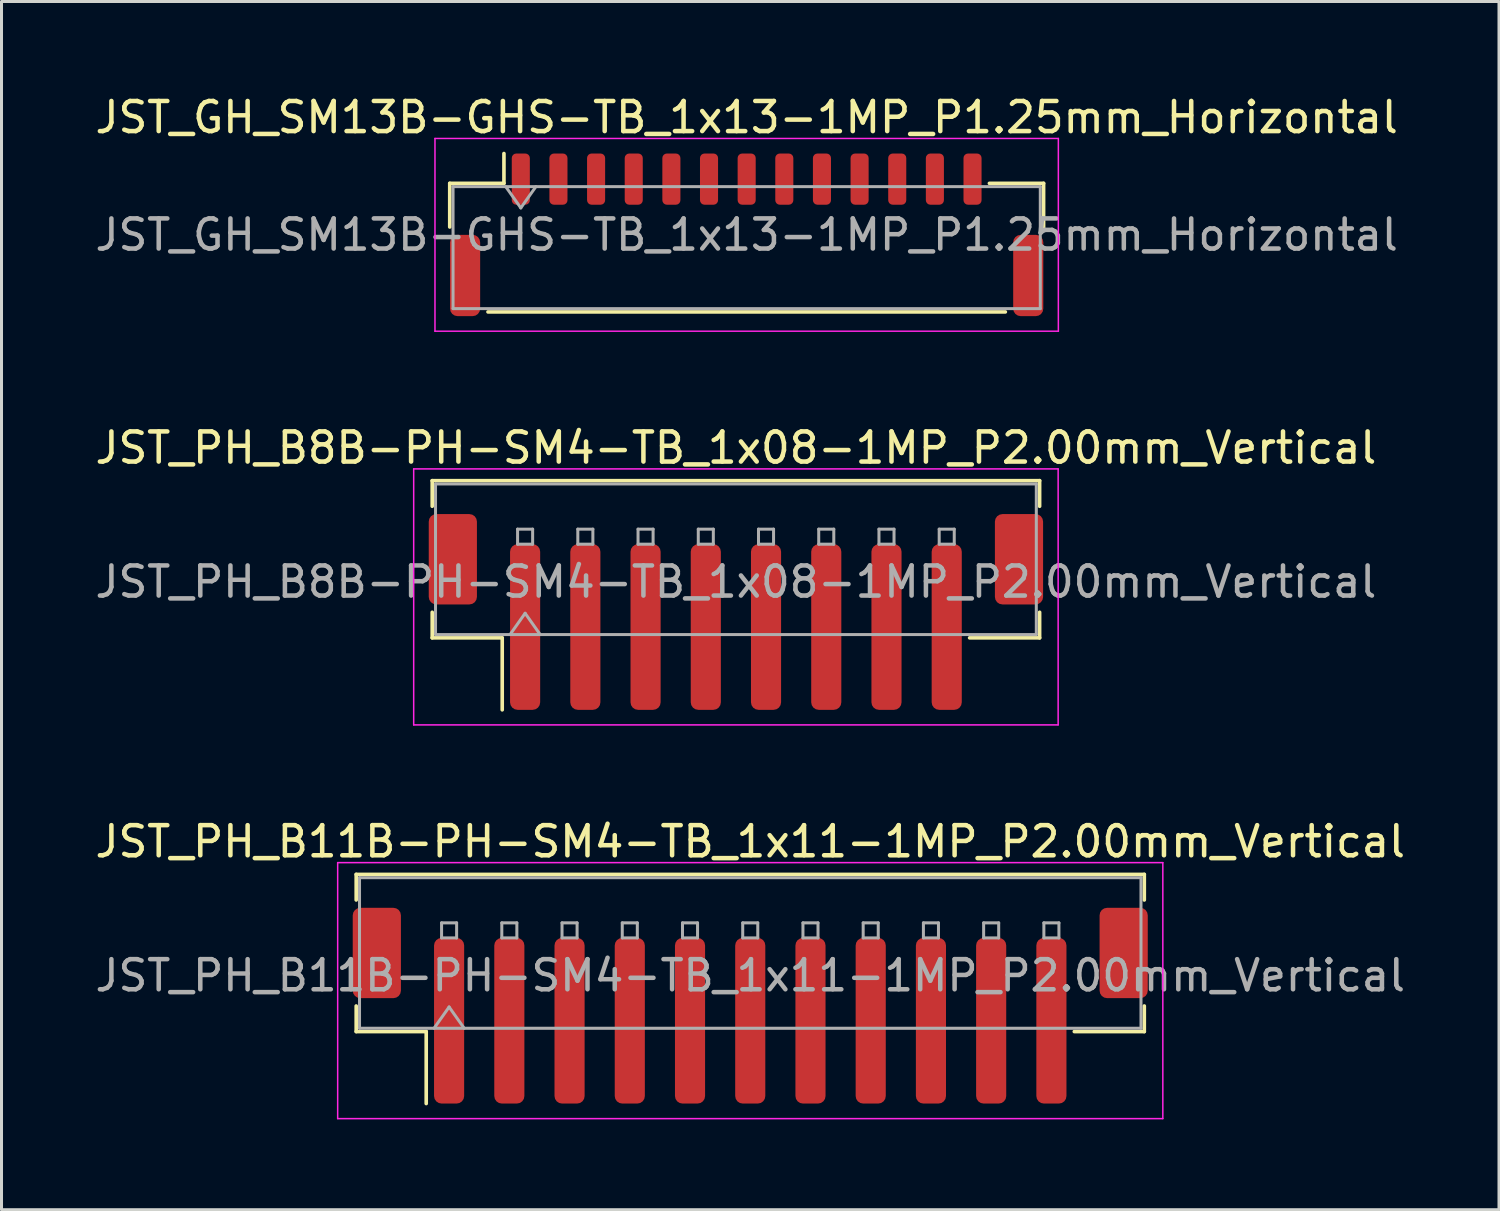
<source format=kicad_pcb>
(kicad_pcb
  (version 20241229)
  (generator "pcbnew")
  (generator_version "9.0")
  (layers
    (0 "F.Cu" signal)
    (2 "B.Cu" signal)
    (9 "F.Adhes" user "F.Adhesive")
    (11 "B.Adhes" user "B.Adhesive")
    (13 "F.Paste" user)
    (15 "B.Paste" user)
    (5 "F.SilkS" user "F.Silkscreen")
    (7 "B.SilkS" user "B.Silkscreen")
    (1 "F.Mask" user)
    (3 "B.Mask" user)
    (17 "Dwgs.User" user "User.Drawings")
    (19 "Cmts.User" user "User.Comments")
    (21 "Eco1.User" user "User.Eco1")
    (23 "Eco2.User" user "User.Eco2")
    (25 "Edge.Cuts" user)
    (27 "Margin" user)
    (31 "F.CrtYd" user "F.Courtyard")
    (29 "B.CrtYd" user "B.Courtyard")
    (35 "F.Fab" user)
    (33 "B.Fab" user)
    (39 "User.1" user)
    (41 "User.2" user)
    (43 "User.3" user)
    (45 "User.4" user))
  (footprint "JST_GH_SM13B-GHS-TB_1x13-1MP_P1.25mm_Horizontal"
    (layer "F.Cu")
    (at 21.744 4.748)
    (property "Reference" "JST_GH_SM13B-GHS-TB_1x13-1MP_P1.25mm_Horizontal" (at 0 -3.9 0) (layer "F.SilkS") (effects (font (size 1 1) (thickness 0.15))))
    (attr smd)
    (fp_line (start -9.86 -1.71) (end -8.06 -1.71) (stroke (width 0.12) (type solid)) (layer "F.SilkS"))
    (fp_line (start -9.86 -0.26) (end -9.86 -1.71) (stroke (width 0.12) (type solid)) (layer "F.SilkS"))
    (fp_line (start -8.59 2.56) (end 8.59 2.56) (stroke (width 0.12) (type solid)) (layer "F.SilkS"))
    (fp_line (start -8.06 -1.71) (end -8.06 -2.7) (stroke (width 0.12) (type solid)) (layer "F.SilkS"))
    (fp_line (start 9.86 -1.71) (end 8.06 -1.71) (stroke (width 0.12) (type solid)) (layer "F.SilkS"))
    (fp_line (start 9.86 -0.26) (end 9.86 -1.71) (stroke (width 0.12) (type solid)) (layer "F.SilkS"))
    (fp_line (start -10.35 -3.2) (end -10.35 3.2) (stroke (width 0.05) (type solid)) (layer "F.CrtYd"))
    (fp_line (start -10.35 3.2) (end 10.35 3.2) (stroke (width 0.05) (type solid)) (layer "F.CrtYd"))
    (fp_line (start 10.35 -3.2) (end -10.35 -3.2) (stroke (width 0.05) (type solid)) (layer "F.CrtYd"))
    (fp_line (start 10.35 3.2) (end 10.35 -3.2) (stroke (width 0.05) (type solid)) (layer "F.CrtYd"))
    (fp_line (start -9.75 -1.6) (end -9.75 2.45) (stroke (width 0.1) (type solid)) (layer "F.Fab"))
    (fp_line (start -9.75 -1.6) (end 9.75 -1.6) (stroke (width 0.1) (type solid)) (layer "F.Fab"))
    (fp_line (start -9.75 2.45) (end 9.75 2.45) (stroke (width 0.1) (type solid)) (layer "F.Fab"))
    (fp_line (start -8 -1.6) (end -7.5 -0.893) (stroke (width 0.1) (type solid)) (layer "F.Fab"))
    (fp_line (start -7.5 -0.893) (end -7 -1.6) (stroke (width 0.1) (type solid)) (layer "F.Fab"))
    (fp_line (start 9.75 -1.6) (end 9.75 2.45) (stroke (width 0.1) (type solid)) (layer "F.Fab"))
    (fp_text user "${REFERENCE}" (at 0 0 0) (layer "F.Fab") (effects (font (size 1 1) (thickness 0.15))))
    (pad "1" smd roundrect (at -7.5 -1.85) (size 0.6 1.7) (layers "F.Cu" "F.Mask" "F.Paste") (roundrect_rratio 0.25))
    (pad "2" smd roundrect (at -6.25 -1.85) (size 0.6 1.7) (layers "F.Cu" "F.Mask" "F.Paste") (roundrect_rratio 0.25))
    (pad "3" smd roundrect (at -5 -1.85) (size 0.6 1.7) (layers "F.Cu" "F.Mask" "F.Paste") (roundrect_rratio 0.25))
    (pad "4" smd roundrect (at -3.75 -1.85) (size 0.6 1.7) (layers "F.Cu" "F.Mask" "F.Paste") (roundrect_rratio 0.25))
    (pad "5" smd roundrect (at -2.5 -1.85) (size 0.6 1.7) (layers "F.Cu" "F.Mask" "F.Paste") (roundrect_rratio 0.25))
    (pad "6" smd roundrect (at -1.25 -1.85) (size 0.6 1.7) (layers "F.Cu" "F.Mask" "F.Paste") (roundrect_rratio 0.25))
    (pad "7" smd roundrect (at 0 -1.85) (size 0.6 1.7) (layers "F.Cu" "F.Mask" "F.Paste") (roundrect_rratio 0.25))
    (pad "8" smd roundrect (at 1.25 -1.85) (size 0.6 1.7) (layers "F.Cu" "F.Mask" "F.Paste") (roundrect_rratio 0.25))
    (pad "9" smd roundrect (at 2.5 -1.85) (size 0.6 1.7) (layers "F.Cu" "F.Mask" "F.Paste") (roundrect_rratio 0.25))
    (pad "10" smd roundrect (at 3.75 -1.85) (size 0.6 1.7) (layers "F.Cu" "F.Mask" "F.Paste") (roundrect_rratio 0.25))
    (pad "11" smd roundrect (at 5 -1.85) (size 0.6 1.7) (layers "F.Cu" "F.Mask" "F.Paste") (roundrect_rratio 0.25))
    (pad "12" smd roundrect (at 6.25 -1.85) (size 0.6 1.7) (layers "F.Cu" "F.Mask" "F.Paste") (roundrect_rratio 0.25))
    (pad "13" smd roundrect (at 7.5 -1.85) (size 0.6 1.7) (layers "F.Cu" "F.Mask" "F.Paste") (roundrect_rratio 0.25))
    (pad "MP" smd roundrect (at -9.35 1.35) (size 1 2.7) (layers "F.Cu" "F.Mask" "F.Paste") (roundrect_rratio 0.25))
    (pad "MP" smd roundrect (at 9.35 1.35) (size 1 2.7) (layers "F.Cu" "F.Mask" "F.Paste") (roundrect_rratio 0.25)))
  (footprint "JST_PH_B8B-PH-SM4-TB_1x08-1MP_P2.00mm_Vertical"
    (layer "F.Cu")
    (at 21.387 17.271)
    (property "Reference" "JST_PH_B8B-PH-SM4-TB_1x08-1MP_P2.00mm_Vertical" (at 0 -5.45 0) (layer "F.SilkS") (effects (font (size 1 1) (thickness 0.15))))
    (attr smd)
    (fp_line (start -10.085 -4.36) (end 10.085 -4.36) (stroke (width 0.12) (type solid)) (layer "F.SilkS"))
    (fp_line (start -10.085 -3.51) (end -10.085 -4.36) (stroke (width 0.12) (type solid)) (layer "F.SilkS"))
    (fp_line (start -10.085 0.01) (end -10.085 0.86) (stroke (width 0.12) (type solid)) (layer "F.SilkS"))
    (fp_line (start -10.085 0.86) (end -7.76 0.86) (stroke (width 0.12) (type solid)) (layer "F.SilkS"))
    (fp_line (start -7.76 0.86) (end -7.76 3.25) (stroke (width 0.12) (type solid)) (layer "F.SilkS"))
    (fp_line (start 10.085 -4.36) (end 10.085 -3.51) (stroke (width 0.12) (type solid)) (layer "F.SilkS"))
    (fp_line (start 10.085 0.01) (end 10.085 0.86) (stroke (width 0.12) (type solid)) (layer "F.SilkS"))
    (fp_line (start 10.085 0.86) (end 7.76 0.86) (stroke (width 0.12) (type solid)) (layer "F.SilkS"))
    (fp_line (start -10.7 -4.75) (end -10.7 3.75) (stroke (width 0.05) (type solid)) (layer "F.CrtYd"))
    (fp_line (start -10.7 3.75) (end 10.7 3.75) (stroke (width 0.05) (type solid)) (layer "F.CrtYd"))
    (fp_line (start 10.7 -4.75) (end -10.7 -4.75) (stroke (width 0.05) (type solid)) (layer "F.CrtYd"))
    (fp_line (start 10.7 3.75) (end 10.7 -4.75) (stroke (width 0.05) (type solid)) (layer "F.CrtYd"))
    (fp_line (start -9.975 -4.25) (end 9.975 -4.25) (stroke (width 0.1) (type solid)) (layer "F.Fab"))
    (fp_line (start -9.975 0.75) (end -9.975 -4.25) (stroke (width 0.1) (type solid)) (layer "F.Fab"))
    (fp_line (start -9.975 0.75) (end 9.975 0.75) (stroke (width 0.1) (type solid)) (layer "F.Fab"))
    (fp_line (start -7.5 0.75) (end -7 0.043) (stroke (width 0.1) (type solid)) (layer "F.Fab"))
    (fp_line (start -7.25 -2.75) (end -7.25 -2.25) (stroke (width 0.1) (type solid)) (layer "F.Fab"))
    (fp_line (start -7.25 -2.25) (end -6.75 -2.25) (stroke (width 0.1) (type solid)) (layer "F.Fab"))
    (fp_line (start -7 0.043) (end -6.5 0.75) (stroke (width 0.1) (type solid)) (layer "F.Fab"))
    (fp_line (start -6.75 -2.75) (end -7.25 -2.75) (stroke (width 0.1) (type solid)) (layer "F.Fab"))
    (fp_line (start -6.75 -2.25) (end -6.75 -2.75) (stroke (width 0.1) (type solid)) (layer "F.Fab"))
    (fp_line (start -5.25 -2.75) (end -5.25 -2.25) (stroke (width 0.1) (type solid)) (layer "F.Fab"))
    (fp_line (start -5.25 -2.25) (end -4.75 -2.25) (stroke (width 0.1) (type solid)) (layer "F.Fab"))
    (fp_line (start -4.75 -2.75) (end -5.25 -2.75) (stroke (width 0.1) (type solid)) (layer "F.Fab"))
    (fp_line (start -4.75 -2.25) (end -4.75 -2.75) (stroke (width 0.1) (type solid)) (layer "F.Fab"))
    (fp_line (start -3.25 -2.75) (end -3.25 -2.25) (stroke (width 0.1) (type solid)) (layer "F.Fab"))
    (fp_line (start -3.25 -2.25) (end -2.75 -2.25) (stroke (width 0.1) (type solid)) (layer "F.Fab"))
    (fp_line (start -2.75 -2.75) (end -3.25 -2.75) (stroke (width 0.1) (type solid)) (layer "F.Fab"))
    (fp_line (start -2.75 -2.25) (end -2.75 -2.75) (stroke (width 0.1) (type solid)) (layer "F.Fab"))
    (fp_line (start -1.25 -2.75) (end -1.25 -2.25) (stroke (width 0.1) (type solid)) (layer "F.Fab"))
    (fp_line (start -1.25 -2.25) (end -0.75 -2.25) (stroke (width 0.1) (type solid)) (layer "F.Fab"))
    (fp_line (start -0.75 -2.75) (end -1.25 -2.75) (stroke (width 0.1) (type solid)) (layer "F.Fab"))
    (fp_line (start -0.75 -2.25) (end -0.75 -2.75) (stroke (width 0.1) (type solid)) (layer "F.Fab"))
    (fp_line (start 0.75 -2.75) (end 0.75 -2.25) (stroke (width 0.1) (type solid)) (layer "F.Fab"))
    (fp_line (start 0.75 -2.25) (end 1.25 -2.25) (stroke (width 0.1) (type solid)) (layer "F.Fab"))
    (fp_line (start 1.25 -2.75) (end 0.75 -2.75) (stroke (width 0.1) (type solid)) (layer "F.Fab"))
    (fp_line (start 1.25 -2.25) (end 1.25 -2.75) (stroke (width 0.1) (type solid)) (layer "F.Fab"))
    (fp_line (start 2.75 -2.75) (end 2.75 -2.25) (stroke (width 0.1) (type solid)) (layer "F.Fab"))
    (fp_line (start 2.75 -2.25) (end 3.25 -2.25) (stroke (width 0.1) (type solid)) (layer "F.Fab"))
    (fp_line (start 3.25 -2.75) (end 2.75 -2.75) (stroke (width 0.1) (type solid)) (layer "F.Fab"))
    (fp_line (start 3.25 -2.25) (end 3.25 -2.75) (stroke (width 0.1) (type solid)) (layer "F.Fab"))
    (fp_line (start 4.75 -2.75) (end 4.75 -2.25) (stroke (width 0.1) (type solid)) (layer "F.Fab"))
    (fp_line (start 4.75 -2.25) (end 5.25 -2.25) (stroke (width 0.1) (type solid)) (layer "F.Fab"))
    (fp_line (start 5.25 -2.75) (end 4.75 -2.75) (stroke (width 0.1) (type solid)) (layer "F.Fab"))
    (fp_line (start 5.25 -2.25) (end 5.25 -2.75) (stroke (width 0.1) (type solid)) (layer "F.Fab"))
    (fp_line (start 6.75 -2.75) (end 6.75 -2.25) (stroke (width 0.1) (type solid)) (layer "F.Fab"))
    (fp_line (start 6.75 -2.25) (end 7.25 -2.25) (stroke (width 0.1) (type solid)) (layer "F.Fab"))
    (fp_line (start 7.25 -2.75) (end 6.75 -2.75) (stroke (width 0.1) (type solid)) (layer "F.Fab"))
    (fp_line (start 7.25 -2.25) (end 7.25 -2.75) (stroke (width 0.1) (type solid)) (layer "F.Fab"))
    (fp_line (start 9.975 0.75) (end 9.975 -4.25) (stroke (width 0.1) (type solid)) (layer "F.Fab"))
    (fp_text user "${REFERENCE}" (at 0 -1 0) (layer "F.Fab") (effects (font (size 1 1) (thickness 0.15))))
    (pad "1" smd roundrect (at -7 0.5) (size 1 5.5) (layers "F.Cu" "F.Mask" "F.Paste") (roundrect_rratio 0.25))
    (pad "2" smd roundrect (at -5 0.5) (size 1 5.5) (layers "F.Cu" "F.Mask" "F.Paste") (roundrect_rratio 0.25))
    (pad "3" smd roundrect (at -3 0.5) (size 1 5.5) (layers "F.Cu" "F.Mask" "F.Paste") (roundrect_rratio 0.25))
    (pad "4" smd roundrect (at -1 0.5) (size 1 5.5) (layers "F.Cu" "F.Mask" "F.Paste") (roundrect_rratio 0.25))
    (pad "5" smd roundrect (at 1 0.5) (size 1 5.5) (layers "F.Cu" "F.Mask" "F.Paste") (roundrect_rratio 0.25))
    (pad "6" smd roundrect (at 3 0.5) (size 1 5.5) (layers "F.Cu" "F.Mask" "F.Paste") (roundrect_rratio 0.25))
    (pad "7" smd roundrect (at 5 0.5) (size 1 5.5) (layers "F.Cu" "F.Mask" "F.Paste") (roundrect_rratio 0.25))
    (pad "8" smd roundrect (at 7 0.5) (size 1 5.5) (layers "F.Cu" "F.Mask" "F.Paste") (roundrect_rratio 0.25))
    (pad "MP" smd roundrect (at -9.4 -1.75) (size 1.6 3) (layers "F.Cu" "F.Mask" "F.Paste") (roundrect_rratio 0.156))
    (pad "MP" smd roundrect (at 9.4 -1.75) (size 1.6 3) (layers "F.Cu" "F.Mask" "F.Paste") (roundrect_rratio 0.156)))
  (footprint "JST_PH_B11B-PH-SM4-TB_1x11-1MP_P2.00mm_Vertical"
    (layer "F.Cu")
    (at 21.863 30.345)
    (property "Reference" "JST_PH_B11B-PH-SM4-TB_1x11-1MP_P2.00mm_Vertical" (at 0 -5.45 0) (layer "F.SilkS") (effects (font (size 1 1) (thickness 0.15))))
    (attr smd)
    (fp_line (start -13.085 -4.36) (end 13.085 -4.36) (stroke (width 0.12) (type solid)) (layer "F.SilkS"))
    (fp_line (start -13.085 -3.51) (end -13.085 -4.36) (stroke (width 0.12) (type solid)) (layer "F.SilkS"))
    (fp_line (start -13.085 0.01) (end -13.085 0.86) (stroke (width 0.12) (type solid)) (layer "F.SilkS"))
    (fp_line (start -13.085 0.86) (end -10.76 0.86) (stroke (width 0.12) (type solid)) (layer "F.SilkS"))
    (fp_line (start -10.76 0.86) (end -10.76 3.25) (stroke (width 0.12) (type solid)) (layer "F.SilkS"))
    (fp_line (start 13.085 -4.36) (end 13.085 -3.51) (stroke (width 0.12) (type solid)) (layer "F.SilkS"))
    (fp_line (start 13.085 0.01) (end 13.085 0.86) (stroke (width 0.12) (type solid)) (layer "F.SilkS"))
    (fp_line (start 13.085 0.86) (end 10.76 0.86) (stroke (width 0.12) (type solid)) (layer "F.SilkS"))
    (fp_line (start -13.7 -4.75) (end -13.7 3.75) (stroke (width 0.05) (type solid)) (layer "F.CrtYd"))
    (fp_line (start -13.7 3.75) (end 13.7 3.75) (stroke (width 0.05) (type solid)) (layer "F.CrtYd"))
    (fp_line (start 13.7 -4.75) (end -13.7 -4.75) (stroke (width 0.05) (type solid)) (layer "F.CrtYd"))
    (fp_line (start 13.7 3.75) (end 13.7 -4.75) (stroke (width 0.05) (type solid)) (layer "F.CrtYd"))
    (fp_line (start -12.975 -4.25) (end 12.975 -4.25) (stroke (width 0.1) (type solid)) (layer "F.Fab"))
    (fp_line (start -12.975 0.75) (end -12.975 -4.25) (stroke (width 0.1) (type solid)) (layer "F.Fab"))
    (fp_line (start -12.975 0.75) (end 12.975 0.75) (stroke (width 0.1) (type solid)) (layer "F.Fab"))
    (fp_line (start -10.5 0.75) (end -10 0.043) (stroke (width 0.1) (type solid)) (layer "F.Fab"))
    (fp_line (start -10.25 -2.75) (end -10.25 -2.25) (stroke (width 0.1) (type solid)) (layer "F.Fab"))
    (fp_line (start -10.25 -2.25) (end -9.75 -2.25) (stroke (width 0.1) (type solid)) (layer "F.Fab"))
    (fp_line (start -10 0.043) (end -9.5 0.75) (stroke (width 0.1) (type solid)) (layer "F.Fab"))
    (fp_line (start -9.75 -2.75) (end -10.25 -2.75) (stroke (width 0.1) (type solid)) (layer "F.Fab"))
    (fp_line (start -9.75 -2.25) (end -9.75 -2.75) (stroke (width 0.1) (type solid)) (layer "F.Fab"))
    (fp_line (start -8.25 -2.75) (end -8.25 -2.25) (stroke (width 0.1) (type solid)) (layer "F.Fab"))
    (fp_line (start -8.25 -2.25) (end -7.75 -2.25) (stroke (width 0.1) (type solid)) (layer "F.Fab"))
    (fp_line (start -7.75 -2.75) (end -8.25 -2.75) (stroke (width 0.1) (type solid)) (layer "F.Fab"))
    (fp_line (start -7.75 -2.25) (end -7.75 -2.75) (stroke (width 0.1) (type solid)) (layer "F.Fab"))
    (fp_line (start -6.25 -2.75) (end -6.25 -2.25) (stroke (width 0.1) (type solid)) (layer "F.Fab"))
    (fp_line (start -6.25 -2.25) (end -5.75 -2.25) (stroke (width 0.1) (type solid)) (layer "F.Fab"))
    (fp_line (start -5.75 -2.75) (end -6.25 -2.75) (stroke (width 0.1) (type solid)) (layer "F.Fab"))
    (fp_line (start -5.75 -2.25) (end -5.75 -2.75) (stroke (width 0.1) (type solid)) (layer "F.Fab"))
    (fp_line (start -4.25 -2.75) (end -4.25 -2.25) (stroke (width 0.1) (type solid)) (layer "F.Fab"))
    (fp_line (start -4.25 -2.25) (end -3.75 -2.25) (stroke (width 0.1) (type solid)) (layer "F.Fab"))
    (fp_line (start -3.75 -2.75) (end -4.25 -2.75) (stroke (width 0.1) (type solid)) (layer "F.Fab"))
    (fp_line (start -3.75 -2.25) (end -3.75 -2.75) (stroke (width 0.1) (type solid)) (layer "F.Fab"))
    (fp_line (start -2.25 -2.75) (end -2.25 -2.25) (stroke (width 0.1) (type solid)) (layer "F.Fab"))
    (fp_line (start -2.25 -2.25) (end -1.75 -2.25) (stroke (width 0.1) (type solid)) (layer "F.Fab"))
    (fp_line (start -1.75 -2.75) (end -2.25 -2.75) (stroke (width 0.1) (type solid)) (layer "F.Fab"))
    (fp_line (start -1.75 -2.25) (end -1.75 -2.75) (stroke (width 0.1) (type solid)) (layer "F.Fab"))
    (fp_line (start -0.25 -2.75) (end -0.25 -2.25) (stroke (width 0.1) (type solid)) (layer "F.Fab"))
    (fp_line (start -0.25 -2.25) (end 0.25 -2.25) (stroke (width 0.1) (type solid)) (layer "F.Fab"))
    (fp_line (start 0.25 -2.75) (end -0.25 -2.75) (stroke (width 0.1) (type solid)) (layer "F.Fab"))
    (fp_line (start 0.25 -2.25) (end 0.25 -2.75) (stroke (width 0.1) (type solid)) (layer "F.Fab"))
    (fp_line (start 1.75 -2.75) (end 1.75 -2.25) (stroke (width 0.1) (type solid)) (layer "F.Fab"))
    (fp_line (start 1.75 -2.25) (end 2.25 -2.25) (stroke (width 0.1) (type solid)) (layer "F.Fab"))
    (fp_line (start 2.25 -2.75) (end 1.75 -2.75) (stroke (width 0.1) (type solid)) (layer "F.Fab"))
    (fp_line (start 2.25 -2.25) (end 2.25 -2.75) (stroke (width 0.1) (type solid)) (layer "F.Fab"))
    (fp_line (start 3.75 -2.75) (end 3.75 -2.25) (stroke (width 0.1) (type solid)) (layer "F.Fab"))
    (fp_line (start 3.75 -2.25) (end 4.25 -2.25) (stroke (width 0.1) (type solid)) (layer "F.Fab"))
    (fp_line (start 4.25 -2.75) (end 3.75 -2.75) (stroke (width 0.1) (type solid)) (layer "F.Fab"))
    (fp_line (start 4.25 -2.25) (end 4.25 -2.75) (stroke (width 0.1) (type solid)) (layer "F.Fab"))
    (fp_line (start 5.75 -2.75) (end 5.75 -2.25) (stroke (width 0.1) (type solid)) (layer "F.Fab"))
    (fp_line (start 5.75 -2.25) (end 6.25 -2.25) (stroke (width 0.1) (type solid)) (layer "F.Fab"))
    (fp_line (start 6.25 -2.75) (end 5.75 -2.75) (stroke (width 0.1) (type solid)) (layer "F.Fab"))
    (fp_line (start 6.25 -2.25) (end 6.25 -2.75) (stroke (width 0.1) (type solid)) (layer "F.Fab"))
    (fp_line (start 7.75 -2.75) (end 7.75 -2.25) (stroke (width 0.1) (type solid)) (layer "F.Fab"))
    (fp_line (start 7.75 -2.25) (end 8.25 -2.25) (stroke (width 0.1) (type solid)) (layer "F.Fab"))
    (fp_line (start 8.25 -2.75) (end 7.75 -2.75) (stroke (width 0.1) (type solid)) (layer "F.Fab"))
    (fp_line (start 8.25 -2.25) (end 8.25 -2.75) (stroke (width 0.1) (type solid)) (layer "F.Fab"))
    (fp_line (start 9.75 -2.75) (end 9.75 -2.25) (stroke (width 0.1) (type solid)) (layer "F.Fab"))
    (fp_line (start 9.75 -2.25) (end 10.25 -2.25) (stroke (width 0.1) (type solid)) (layer "F.Fab"))
    (fp_line (start 10.25 -2.75) (end 9.75 -2.75) (stroke (width 0.1) (type solid)) (layer "F.Fab"))
    (fp_line (start 10.25 -2.25) (end 10.25 -2.75) (stroke (width 0.1) (type solid)) (layer "F.Fab"))
    (fp_line (start 12.975 0.75) (end 12.975 -4.25) (stroke (width 0.1) (type solid)) (layer "F.Fab"))
    (fp_text user "${REFERENCE}" (at 0 -1 0) (layer "F.Fab") (effects (font (size 1 1) (thickness 0.15))))
    (pad "1" smd roundrect (at -10 0.5) (size 1 5.5) (layers "F.Cu" "F.Mask" "F.Paste") (roundrect_rratio 0.25))
    (pad "2" smd roundrect (at -8 0.5) (size 1 5.5) (layers "F.Cu" "F.Mask" "F.Paste") (roundrect_rratio 0.25))
    (pad "3" smd roundrect (at -6 0.5) (size 1 5.5) (layers "F.Cu" "F.Mask" "F.Paste") (roundrect_rratio 0.25))
    (pad "4" smd roundrect (at -4 0.5) (size 1 5.5) (layers "F.Cu" "F.Mask" "F.Paste") (roundrect_rratio 0.25))
    (pad "5" smd roundrect (at -2 0.5) (size 1 5.5) (layers "F.Cu" "F.Mask" "F.Paste") (roundrect_rratio 0.25))
    (pad "6" smd roundrect (at 0 0.5) (size 1 5.5) (layers "F.Cu" "F.Mask" "F.Paste") (roundrect_rratio 0.25))
    (pad "7" smd roundrect (at 2 0.5) (size 1 5.5) (layers "F.Cu" "F.Mask" "F.Paste") (roundrect_rratio 0.25))
    (pad "8" smd roundrect (at 4 0.5) (size 1 5.5) (layers "F.Cu" "F.Mask" "F.Paste") (roundrect_rratio 0.25))
    (pad "9" smd roundrect (at 6 0.5) (size 1 5.5) (layers "F.Cu" "F.Mask" "F.Paste") (roundrect_rratio 0.25))
    (pad "10" smd roundrect (at 8 0.5) (size 1 5.5) (layers "F.Cu" "F.Mask" "F.Paste") (roundrect_rratio 0.25))
    (pad "11" smd roundrect (at 10 0.5) (size 1 5.5) (layers "F.Cu" "F.Mask" "F.Paste") (roundrect_rratio 0.25))
    (pad "MP" smd roundrect (at -12.4 -1.75) (size 1.6 3) (layers "F.Cu" "F.Mask" "F.Paste") (roundrect_rratio 0.156))
    (pad "MP" smd roundrect (at 12.4 -1.75) (size 1.6 3) (layers "F.Cu" "F.Mask" "F.Paste") (roundrect_rratio 0.156)))
  (gr_rect
    (start -3 -3)
    (end 46.726 37.12)
    (stroke (width 0.1) (type default))
    (fill no)
    (layer "Edge.Cuts")))
</source>
